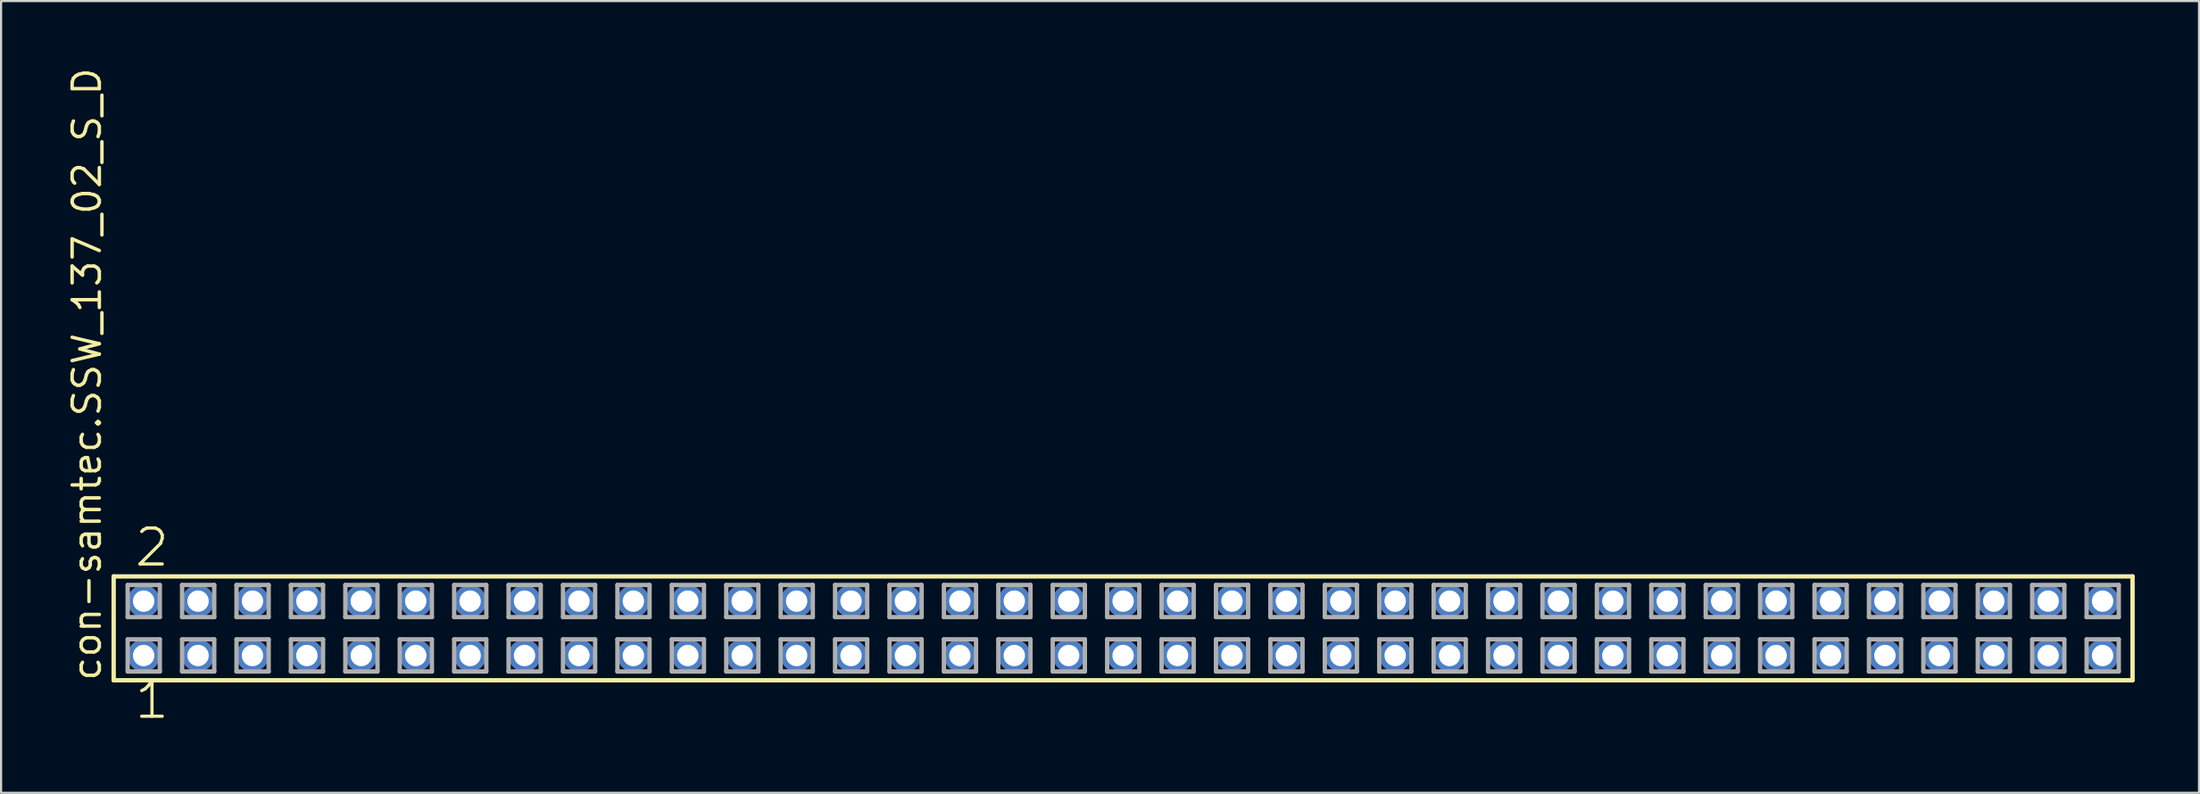
<source format=kicad_pcb>
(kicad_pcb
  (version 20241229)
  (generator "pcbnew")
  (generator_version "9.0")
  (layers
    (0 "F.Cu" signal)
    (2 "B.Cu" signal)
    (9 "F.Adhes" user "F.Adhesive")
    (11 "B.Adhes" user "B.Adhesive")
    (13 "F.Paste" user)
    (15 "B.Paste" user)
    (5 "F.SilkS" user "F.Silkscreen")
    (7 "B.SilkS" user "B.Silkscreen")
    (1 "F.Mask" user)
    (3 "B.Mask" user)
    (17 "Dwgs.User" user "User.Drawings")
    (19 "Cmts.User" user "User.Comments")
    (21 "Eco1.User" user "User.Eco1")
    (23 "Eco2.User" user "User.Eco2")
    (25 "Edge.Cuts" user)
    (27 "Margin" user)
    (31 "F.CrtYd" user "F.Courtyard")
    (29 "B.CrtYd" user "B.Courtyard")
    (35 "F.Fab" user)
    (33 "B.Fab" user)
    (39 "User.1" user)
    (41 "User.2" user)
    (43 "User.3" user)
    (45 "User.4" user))
  (footprint "con-samtec.SSW_137_02_S_D"
    (layer "F.Cu")
    (at 49.375 26.291)
    (property "Reference" "con-samtec.SSW_137_02_S_D" (at -47.625 2.54 90) (layer "F.SilkS") (effects (font (size 1.27 1.27) (thickness 0.16)) (justify left bottom)))
    (attr through_hole)
    (fp_line (start -47.119 -2.425) (end 47.119 -2.425) (stroke (width 0.203) (type default)) (layer "F.SilkS"))
    (fp_line (start -47.119 2.425) (end -47.119 -2.425) (stroke (width 0.203) (type default)) (layer "F.SilkS"))
    (fp_line (start 47.119 -2.425) (end 47.119 2.425) (stroke (width 0.203) (type default)) (layer "F.SilkS"))
    (fp_line (start 47.119 2.425) (end -47.119 2.425) (stroke (width 0.203) (type default)) (layer "F.SilkS"))
    (fp_line (start -46.465 -2.025) (end -44.965 -2.025) (stroke (width 0.203) (type default)) (layer "F.Fab"))
    (fp_line (start -46.465 -0.525) (end -46.465 -2.025) (stroke (width 0.203) (type default)) (layer "F.Fab"))
    (fp_line (start -46.465 0.515) (end -44.965 0.515) (stroke (width 0.203) (type default)) (layer "F.Fab"))
    (fp_line (start -46.465 2.015) (end -46.465 0.515) (stroke (width 0.203) (type default)) (layer "F.Fab"))
    (fp_line (start -44.965 -2.025) (end -44.965 -0.525) (stroke (width 0.203) (type default)) (layer "F.Fab"))
    (fp_line (start -44.965 -0.525) (end -46.465 -0.525) (stroke (width 0.203) (type default)) (layer "F.Fab"))
    (fp_line (start -44.965 0.515) (end -44.965 2.015) (stroke (width 0.203) (type default)) (layer "F.Fab"))
    (fp_line (start -44.965 2.015) (end -46.465 2.015) (stroke (width 0.203) (type default)) (layer "F.Fab"))
    (fp_line (start -43.925 -2.025) (end -42.425 -2.025) (stroke (width 0.203) (type default)) (layer "F.Fab"))
    (fp_line (start -43.925 -0.525) (end -43.925 -2.025) (stroke (width 0.203) (type default)) (layer "F.Fab"))
    (fp_line (start -43.925 0.515) (end -42.425 0.515) (stroke (width 0.203) (type default)) (layer "F.Fab"))
    (fp_line (start -43.925 2.015) (end -43.925 0.515) (stroke (width 0.203) (type default)) (layer "F.Fab"))
    (fp_line (start -42.425 -2.025) (end -42.425 -0.525) (stroke (width 0.203) (type default)) (layer "F.Fab"))
    (fp_line (start -42.425 -0.525) (end -43.925 -0.525) (stroke (width 0.203) (type default)) (layer "F.Fab"))
    (fp_line (start -42.425 0.515) (end -42.425 2.015) (stroke (width 0.203) (type default)) (layer "F.Fab"))
    (fp_line (start -42.425 2.015) (end -43.925 2.015) (stroke (width 0.203) (type default)) (layer "F.Fab"))
    (fp_line (start -41.385 -2.025) (end -39.885 -2.025) (stroke (width 0.203) (type default)) (layer "F.Fab"))
    (fp_line (start -41.385 -0.525) (end -41.385 -2.025) (stroke (width 0.203) (type default)) (layer "F.Fab"))
    (fp_line (start -41.385 0.515) (end -39.885 0.515) (stroke (width 0.203) (type default)) (layer "F.Fab"))
    (fp_line (start -41.385 2.015) (end -41.385 0.515) (stroke (width 0.203) (type default)) (layer "F.Fab"))
    (fp_line (start -39.885 -2.025) (end -39.885 -0.525) (stroke (width 0.203) (type default)) (layer "F.Fab"))
    (fp_line (start -39.885 -0.525) (end -41.385 -0.525) (stroke (width 0.203) (type default)) (layer "F.Fab"))
    (fp_line (start -39.885 0.515) (end -39.885 2.015) (stroke (width 0.203) (type default)) (layer "F.Fab"))
    (fp_line (start -39.885 2.015) (end -41.385 2.015) (stroke (width 0.203) (type default)) (layer "F.Fab"))
    (fp_line (start -38.845 -2.025) (end -37.345 -2.025) (stroke (width 0.203) (type default)) (layer "F.Fab"))
    (fp_line (start -38.845 -0.525) (end -38.845 -2.025) (stroke (width 0.203) (type default)) (layer "F.Fab"))
    (fp_line (start -38.845 0.515) (end -37.345 0.515) (stroke (width 0.203) (type default)) (layer "F.Fab"))
    (fp_line (start -38.845 2.015) (end -38.845 0.515) (stroke (width 0.203) (type default)) (layer "F.Fab"))
    (fp_line (start -37.345 -2.025) (end -37.345 -0.525) (stroke (width 0.203) (type default)) (layer "F.Fab"))
    (fp_line (start -37.345 -0.525) (end -38.845 -0.525) (stroke (width 0.203) (type default)) (layer "F.Fab"))
    (fp_line (start -37.345 0.515) (end -37.345 2.015) (stroke (width 0.203) (type default)) (layer "F.Fab"))
    (fp_line (start -37.345 2.015) (end -38.845 2.015) (stroke (width 0.203) (type default)) (layer "F.Fab"))
    (fp_line (start -36.305 -2.025) (end -34.805 -2.025) (stroke (width 0.203) (type default)) (layer "F.Fab"))
    (fp_line (start -36.305 -0.525) (end -36.305 -2.025) (stroke (width 0.203) (type default)) (layer "F.Fab"))
    (fp_line (start -36.305 0.515) (end -34.805 0.515) (stroke (width 0.203) (type default)) (layer "F.Fab"))
    (fp_line (start -36.305 2.015) (end -36.305 0.515) (stroke (width 0.203) (type default)) (layer "F.Fab"))
    (fp_line (start -34.805 -2.025) (end -34.805 -0.525) (stroke (width 0.203) (type default)) (layer "F.Fab"))
    (fp_line (start -34.805 -0.525) (end -36.305 -0.525) (stroke (width 0.203) (type default)) (layer "F.Fab"))
    (fp_line (start -34.805 0.515) (end -34.805 2.015) (stroke (width 0.203) (type default)) (layer "F.Fab"))
    (fp_line (start -34.805 2.015) (end -36.305 2.015) (stroke (width 0.203) (type default)) (layer "F.Fab"))
    (fp_line (start -33.765 -2.025) (end -32.265 -2.025) (stroke (width 0.203) (type default)) (layer "F.Fab"))
    (fp_line (start -33.765 -0.525) (end -33.765 -2.025) (stroke (width 0.203) (type default)) (layer "F.Fab"))
    (fp_line (start -33.765 0.515) (end -32.265 0.515) (stroke (width 0.203) (type default)) (layer "F.Fab"))
    (fp_line (start -33.765 2.015) (end -33.765 0.515) (stroke (width 0.203) (type default)) (layer "F.Fab"))
    (fp_line (start -32.265 -2.025) (end -32.265 -0.525) (stroke (width 0.203) (type default)) (layer "F.Fab"))
    (fp_line (start -32.265 -0.525) (end -33.765 -0.525) (stroke (width 0.203) (type default)) (layer "F.Fab"))
    (fp_line (start -32.265 0.515) (end -32.265 2.015) (stroke (width 0.203) (type default)) (layer "F.Fab"))
    (fp_line (start -32.265 2.015) (end -33.765 2.015) (stroke (width 0.203) (type default)) (layer "F.Fab"))
    (fp_line (start -31.225 -2.025) (end -29.725 -2.025) (stroke (width 0.203) (type default)) (layer "F.Fab"))
    (fp_line (start -31.225 -0.525) (end -31.225 -2.025) (stroke (width 0.203) (type default)) (layer "F.Fab"))
    (fp_line (start -31.225 0.515) (end -29.725 0.515) (stroke (width 0.203) (type default)) (layer "F.Fab"))
    (fp_line (start -31.225 2.015) (end -31.225 0.515) (stroke (width 0.203) (type default)) (layer "F.Fab"))
    (fp_line (start -29.725 -2.025) (end -29.725 -0.525) (stroke (width 0.203) (type default)) (layer "F.Fab"))
    (fp_line (start -29.725 -0.525) (end -31.225 -0.525) (stroke (width 0.203) (type default)) (layer "F.Fab"))
    (fp_line (start -29.725 0.515) (end -29.725 2.015) (stroke (width 0.203) (type default)) (layer "F.Fab"))
    (fp_line (start -29.725 2.015) (end -31.225 2.015) (stroke (width 0.203) (type default)) (layer "F.Fab"))
    (fp_line (start -28.685 -2.025) (end -27.185 -2.025) (stroke (width 0.203) (type default)) (layer "F.Fab"))
    (fp_line (start -28.685 -0.525) (end -28.685 -2.025) (stroke (width 0.203) (type default)) (layer "F.Fab"))
    (fp_line (start -28.685 0.515) (end -27.185 0.515) (stroke (width 0.203) (type default)) (layer "F.Fab"))
    (fp_line (start -28.685 2.015) (end -28.685 0.515) (stroke (width 0.203) (type default)) (layer "F.Fab"))
    (fp_line (start -27.185 -2.025) (end -27.185 -0.525) (stroke (width 0.203) (type default)) (layer "F.Fab"))
    (fp_line (start -27.185 -0.525) (end -28.685 -0.525) (stroke (width 0.203) (type default)) (layer "F.Fab"))
    (fp_line (start -27.185 0.515) (end -27.185 2.015) (stroke (width 0.203) (type default)) (layer "F.Fab"))
    (fp_line (start -27.185 2.015) (end -28.685 2.015) (stroke (width 0.203) (type default)) (layer "F.Fab"))
    (fp_line (start -26.145 -2.025) (end -24.645 -2.025) (stroke (width 0.203) (type default)) (layer "F.Fab"))
    (fp_line (start -26.145 -0.525) (end -26.145 -2.025) (stroke (width 0.203) (type default)) (layer "F.Fab"))
    (fp_line (start -26.145 0.515) (end -24.645 0.515) (stroke (width 0.203) (type default)) (layer "F.Fab"))
    (fp_line (start -26.145 2.015) (end -26.145 0.515) (stroke (width 0.203) (type default)) (layer "F.Fab"))
    (fp_line (start -24.645 -2.025) (end -24.645 -0.525) (stroke (width 0.203) (type default)) (layer "F.Fab"))
    (fp_line (start -24.645 -0.525) (end -26.145 -0.525) (stroke (width 0.203) (type default)) (layer "F.Fab"))
    (fp_line (start -24.645 0.515) (end -24.645 2.015) (stroke (width 0.203) (type default)) (layer "F.Fab"))
    (fp_line (start -24.645 2.015) (end -26.145 2.015) (stroke (width 0.203) (type default)) (layer "F.Fab"))
    (fp_line (start -23.605 -2.025) (end -22.105 -2.025) (stroke (width 0.203) (type default)) (layer "F.Fab"))
    (fp_line (start -23.605 -0.525) (end -23.605 -2.025) (stroke (width 0.203) (type default)) (layer "F.Fab"))
    (fp_line (start -23.605 0.515) (end -22.105 0.515) (stroke (width 0.203) (type default)) (layer "F.Fab"))
    (fp_line (start -23.605 2.015) (end -23.605 0.515) (stroke (width 0.203) (type default)) (layer "F.Fab"))
    (fp_line (start -22.105 -2.025) (end -22.105 -0.525) (stroke (width 0.203) (type default)) (layer "F.Fab"))
    (fp_line (start -22.105 -0.525) (end -23.605 -0.525) (stroke (width 0.203) (type default)) (layer "F.Fab"))
    (fp_line (start -22.105 0.515) (end -22.105 2.015) (stroke (width 0.203) (type default)) (layer "F.Fab"))
    (fp_line (start -22.105 2.015) (end -23.605 2.015) (stroke (width 0.203) (type default)) (layer "F.Fab"))
    (fp_line (start -21.065 -2.025) (end -19.565 -2.025) (stroke (width 0.203) (type default)) (layer "F.Fab"))
    (fp_line (start -21.065 -0.525) (end -21.065 -2.025) (stroke (width 0.203) (type default)) (layer "F.Fab"))
    (fp_line (start -21.065 0.515) (end -19.565 0.515) (stroke (width 0.203) (type default)) (layer "F.Fab"))
    (fp_line (start -21.065 2.015) (end -21.065 0.515) (stroke (width 0.203) (type default)) (layer "F.Fab"))
    (fp_line (start -19.565 -2.025) (end -19.565 -0.525) (stroke (width 0.203) (type default)) (layer "F.Fab"))
    (fp_line (start -19.565 -0.525) (end -21.065 -0.525) (stroke (width 0.203) (type default)) (layer "F.Fab"))
    (fp_line (start -19.565 0.515) (end -19.565 2.015) (stroke (width 0.203) (type default)) (layer "F.Fab"))
    (fp_line (start -19.565 2.015) (end -21.065 2.015) (stroke (width 0.203) (type default)) (layer "F.Fab"))
    (fp_line (start -18.525 -2.025) (end -17.025 -2.025) (stroke (width 0.203) (type default)) (layer "F.Fab"))
    (fp_line (start -18.525 -0.525) (end -18.525 -2.025) (stroke (width 0.203) (type default)) (layer "F.Fab"))
    (fp_line (start -18.525 0.515) (end -17.025 0.515) (stroke (width 0.203) (type default)) (layer "F.Fab"))
    (fp_line (start -18.525 2.015) (end -18.525 0.515) (stroke (width 0.203) (type default)) (layer "F.Fab"))
    (fp_line (start -17.025 -2.025) (end -17.025 -0.525) (stroke (width 0.203) (type default)) (layer "F.Fab"))
    (fp_line (start -17.025 -0.525) (end -18.525 -0.525) (stroke (width 0.203) (type default)) (layer "F.Fab"))
    (fp_line (start -17.025 0.515) (end -17.025 2.015) (stroke (width 0.203) (type default)) (layer "F.Fab"))
    (fp_line (start -17.025 2.015) (end -18.525 2.015) (stroke (width 0.203) (type default)) (layer "F.Fab"))
    (fp_line (start -15.985 -2.025) (end -14.485 -2.025) (stroke (width 0.203) (type default)) (layer "F.Fab"))
    (fp_line (start -15.985 -0.525) (end -15.985 -2.025) (stroke (width 0.203) (type default)) (layer "F.Fab"))
    (fp_line (start -15.985 0.515) (end -14.485 0.515) (stroke (width 0.203) (type default)) (layer "F.Fab"))
    (fp_line (start -15.985 2.015) (end -15.985 0.515) (stroke (width 0.203) (type default)) (layer "F.Fab"))
    (fp_line (start -14.485 -2.025) (end -14.485 -0.525) (stroke (width 0.203) (type default)) (layer "F.Fab"))
    (fp_line (start -14.485 -0.525) (end -15.985 -0.525) (stroke (width 0.203) (type default)) (layer "F.Fab"))
    (fp_line (start -14.485 0.515) (end -14.485 2.015) (stroke (width 0.203) (type default)) (layer "F.Fab"))
    (fp_line (start -14.485 2.015) (end -15.985 2.015) (stroke (width 0.203) (type default)) (layer "F.Fab"))
    (fp_line (start -13.445 -2.025) (end -11.945 -2.025) (stroke (width 0.203) (type default)) (layer "F.Fab"))
    (fp_line (start -13.445 -0.525) (end -13.445 -2.025) (stroke (width 0.203) (type default)) (layer "F.Fab"))
    (fp_line (start -13.445 0.515) (end -11.945 0.515) (stroke (width 0.203) (type default)) (layer "F.Fab"))
    (fp_line (start -13.445 2.015) (end -13.445 0.515) (stroke (width 0.203) (type default)) (layer "F.Fab"))
    (fp_line (start -11.945 -2.025) (end -11.945 -0.525) (stroke (width 0.203) (type default)) (layer "F.Fab"))
    (fp_line (start -11.945 -0.525) (end -13.445 -0.525) (stroke (width 0.203) (type default)) (layer "F.Fab"))
    (fp_line (start -11.945 0.515) (end -11.945 2.015) (stroke (width 0.203) (type default)) (layer "F.Fab"))
    (fp_line (start -11.945 2.015) (end -13.445 2.015) (stroke (width 0.203) (type default)) (layer "F.Fab"))
    (fp_line (start -10.905 -2.025) (end -9.405 -2.025) (stroke (width 0.203) (type default)) (layer "F.Fab"))
    (fp_line (start -10.905 -0.525) (end -10.905 -2.025) (stroke (width 0.203) (type default)) (layer "F.Fab"))
    (fp_line (start -10.905 0.515) (end -9.405 0.515) (stroke (width 0.203) (type default)) (layer "F.Fab"))
    (fp_line (start -10.905 2.015) (end -10.905 0.515) (stroke (width 0.203) (type default)) (layer "F.Fab"))
    (fp_line (start -9.405 -2.025) (end -9.405 -0.525) (stroke (width 0.203) (type default)) (layer "F.Fab"))
    (fp_line (start -9.405 -0.525) (end -10.905 -0.525) (stroke (width 0.203) (type default)) (layer "F.Fab"))
    (fp_line (start -9.405 0.515) (end -9.405 2.015) (stroke (width 0.203) (type default)) (layer "F.Fab"))
    (fp_line (start -9.405 2.015) (end -10.905 2.015) (stroke (width 0.203) (type default)) (layer "F.Fab"))
    (fp_line (start -8.365 -2.025) (end -6.865 -2.025) (stroke (width 0.203) (type default)) (layer "F.Fab"))
    (fp_line (start -8.365 -0.525) (end -8.365 -2.025) (stroke (width 0.203) (type default)) (layer "F.Fab"))
    (fp_line (start -8.365 0.515) (end -6.865 0.515) (stroke (width 0.203) (type default)) (layer "F.Fab"))
    (fp_line (start -8.365 2.015) (end -8.365 0.515) (stroke (width 0.203) (type default)) (layer "F.Fab"))
    (fp_line (start -6.865 -2.025) (end -6.865 -0.525) (stroke (width 0.203) (type default)) (layer "F.Fab"))
    (fp_line (start -6.865 -0.525) (end -8.365 -0.525) (stroke (width 0.203) (type default)) (layer "F.Fab"))
    (fp_line (start -6.865 0.515) (end -6.865 2.015) (stroke (width 0.203) (type default)) (layer "F.Fab"))
    (fp_line (start -6.865 2.015) (end -8.365 2.015) (stroke (width 0.203) (type default)) (layer "F.Fab"))
    (fp_line (start -5.825 -2.025) (end -4.325 -2.025) (stroke (width 0.203) (type default)) (layer "F.Fab"))
    (fp_line (start -5.825 -0.525) (end -5.825 -2.025) (stroke (width 0.203) (type default)) (layer "F.Fab"))
    (fp_line (start -5.825 0.515) (end -4.325 0.515) (stroke (width 0.203) (type default)) (layer "F.Fab"))
    (fp_line (start -5.825 2.015) (end -5.825 0.515) (stroke (width 0.203) (type default)) (layer "F.Fab"))
    (fp_line (start -4.325 -2.025) (end -4.325 -0.525) (stroke (width 0.203) (type default)) (layer "F.Fab"))
    (fp_line (start -4.325 -0.525) (end -5.825 -0.525) (stroke (width 0.203) (type default)) (layer "F.Fab"))
    (fp_line (start -4.325 0.515) (end -4.325 2.015) (stroke (width 0.203) (type default)) (layer "F.Fab"))
    (fp_line (start -4.325 2.015) (end -5.825 2.015) (stroke (width 0.203) (type default)) (layer "F.Fab"))
    (fp_line (start -3.285 -2.025) (end -1.785 -2.025) (stroke (width 0.203) (type default)) (layer "F.Fab"))
    (fp_line (start -3.285 -0.525) (end -3.285 -2.025) (stroke (width 0.203) (type default)) (layer "F.Fab"))
    (fp_line (start -3.285 0.515) (end -1.785 0.515) (stroke (width 0.203) (type default)) (layer "F.Fab"))
    (fp_line (start -3.285 2.015) (end -3.285 0.515) (stroke (width 0.203) (type default)) (layer "F.Fab"))
    (fp_line (start -1.785 -2.025) (end -1.785 -0.525) (stroke (width 0.203) (type default)) (layer "F.Fab"))
    (fp_line (start -1.785 -0.525) (end -3.285 -0.525) (stroke (width 0.203) (type default)) (layer "F.Fab"))
    (fp_line (start -1.785 0.515) (end -1.785 2.015) (stroke (width 0.203) (type default)) (layer "F.Fab"))
    (fp_line (start -1.785 2.015) (end -3.285 2.015) (stroke (width 0.203) (type default)) (layer "F.Fab"))
    (fp_line (start -0.745 -2.025) (end 0.755 -2.025) (stroke (width 0.203) (type default)) (layer "F.Fab"))
    (fp_line (start -0.745 -0.525) (end -0.745 -2.025) (stroke (width 0.203) (type default)) (layer "F.Fab"))
    (fp_line (start -0.745 0.515) (end 0.755 0.515) (stroke (width 0.203) (type default)) (layer "F.Fab"))
    (fp_line (start -0.745 2.015) (end -0.745 0.515) (stroke (width 0.203) (type default)) (layer "F.Fab"))
    (fp_line (start 0.755 -2.025) (end 0.755 -0.525) (stroke (width 0.203) (type default)) (layer "F.Fab"))
    (fp_line (start 0.755 -0.525) (end -0.745 -0.525) (stroke (width 0.203) (type default)) (layer "F.Fab"))
    (fp_line (start 0.755 0.515) (end 0.755 2.015) (stroke (width 0.203) (type default)) (layer "F.Fab"))
    (fp_line (start 0.755 2.015) (end -0.745 2.015) (stroke (width 0.203) (type default)) (layer "F.Fab"))
    (fp_line (start 1.795 -2.025) (end 3.295 -2.025) (stroke (width 0.203) (type default)) (layer "F.Fab"))
    (fp_line (start 1.795 -0.525) (end 1.795 -2.025) (stroke (width 0.203) (type default)) (layer "F.Fab"))
    (fp_line (start 1.795 0.515) (end 3.295 0.515) (stroke (width 0.203) (type default)) (layer "F.Fab"))
    (fp_line (start 1.795 2.015) (end 1.795 0.515) (stroke (width 0.203) (type default)) (layer "F.Fab"))
    (fp_line (start 3.295 -2.025) (end 3.295 -0.525) (stroke (width 0.203) (type default)) (layer "F.Fab"))
    (fp_line (start 3.295 -0.525) (end 1.795 -0.525) (stroke (width 0.203) (type default)) (layer "F.Fab"))
    (fp_line (start 3.295 0.515) (end 3.295 2.015) (stroke (width 0.203) (type default)) (layer "F.Fab"))
    (fp_line (start 3.295 2.015) (end 1.795 2.015) (stroke (width 0.203) (type default)) (layer "F.Fab"))
    (fp_line (start 4.335 -2.025) (end 5.835 -2.025) (stroke (width 0.203) (type default)) (layer "F.Fab"))
    (fp_line (start 4.335 -0.525) (end 4.335 -2.025) (stroke (width 0.203) (type default)) (layer "F.Fab"))
    (fp_line (start 4.335 0.515) (end 5.835 0.515) (stroke (width 0.203) (type default)) (layer "F.Fab"))
    (fp_line (start 4.335 2.015) (end 4.335 0.515) (stroke (width 0.203) (type default)) (layer "F.Fab"))
    (fp_line (start 5.835 -2.025) (end 5.835 -0.525) (stroke (width 0.203) (type default)) (layer "F.Fab"))
    (fp_line (start 5.835 -0.525) (end 4.335 -0.525) (stroke (width 0.203) (type default)) (layer "F.Fab"))
    (fp_line (start 5.835 0.515) (end 5.835 2.015) (stroke (width 0.203) (type default)) (layer "F.Fab"))
    (fp_line (start 5.835 2.015) (end 4.335 2.015) (stroke (width 0.203) (type default)) (layer "F.Fab"))
    (fp_line (start 6.875 -2.025) (end 8.375 -2.025) (stroke (width 0.203) (type default)) (layer "F.Fab"))
    (fp_line (start 6.875 -0.525) (end 6.875 -2.025) (stroke (width 0.203) (type default)) (layer "F.Fab"))
    (fp_line (start 6.875 0.515) (end 8.375 0.515) (stroke (width 0.203) (type default)) (layer "F.Fab"))
    (fp_line (start 6.875 2.015) (end 6.875 0.515) (stroke (width 0.203) (type default)) (layer "F.Fab"))
    (fp_line (start 8.375 -2.025) (end 8.375 -0.525) (stroke (width 0.203) (type default)) (layer "F.Fab"))
    (fp_line (start 8.375 -0.525) (end 6.875 -0.525) (stroke (width 0.203) (type default)) (layer "F.Fab"))
    (fp_line (start 8.375 0.515) (end 8.375 2.015) (stroke (width 0.203) (type default)) (layer "F.Fab"))
    (fp_line (start 8.375 2.015) (end 6.875 2.015) (stroke (width 0.203) (type default)) (layer "F.Fab"))
    (fp_line (start 9.415 -2.025) (end 10.915 -2.025) (stroke (width 0.203) (type default)) (layer "F.Fab"))
    (fp_line (start 9.415 -0.525) (end 9.415 -2.025) (stroke (width 0.203) (type default)) (layer "F.Fab"))
    (fp_line (start 9.415 0.515) (end 10.915 0.515) (stroke (width 0.203) (type default)) (layer "F.Fab"))
    (fp_line (start 9.415 2.015) (end 9.415 0.515) (stroke (width 0.203) (type default)) (layer "F.Fab"))
    (fp_line (start 10.915 -2.025) (end 10.915 -0.525) (stroke (width 0.203) (type default)) (layer "F.Fab"))
    (fp_line (start 10.915 -0.525) (end 9.415 -0.525) (stroke (width 0.203) (type default)) (layer "F.Fab"))
    (fp_line (start 10.915 0.515) (end 10.915 2.015) (stroke (width 0.203) (type default)) (layer "F.Fab"))
    (fp_line (start 10.915 2.015) (end 9.415 2.015) (stroke (width 0.203) (type default)) (layer "F.Fab"))
    (fp_line (start 11.955 -2.025) (end 13.455 -2.025) (stroke (width 0.203) (type default)) (layer "F.Fab"))
    (fp_line (start 11.955 -0.525) (end 11.955 -2.025) (stroke (width 0.203) (type default)) (layer "F.Fab"))
    (fp_line (start 11.955 0.515) (end 13.455 0.515) (stroke (width 0.203) (type default)) (layer "F.Fab"))
    (fp_line (start 11.955 2.015) (end 11.955 0.515) (stroke (width 0.203) (type default)) (layer "F.Fab"))
    (fp_line (start 13.455 -2.025) (end 13.455 -0.525) (stroke (width 0.203) (type default)) (layer "F.Fab"))
    (fp_line (start 13.455 -0.525) (end 11.955 -0.525) (stroke (width 0.203) (type default)) (layer "F.Fab"))
    (fp_line (start 13.455 0.515) (end 13.455 2.015) (stroke (width 0.203) (type default)) (layer "F.Fab"))
    (fp_line (start 13.455 2.015) (end 11.955 2.015) (stroke (width 0.203) (type default)) (layer "F.Fab"))
    (fp_line (start 14.495 -2.025) (end 15.995 -2.025) (stroke (width 0.203) (type default)) (layer "F.Fab"))
    (fp_line (start 14.495 -0.525) (end 14.495 -2.025) (stroke (width 0.203) (type default)) (layer "F.Fab"))
    (fp_line (start 14.495 0.515) (end 15.995 0.515) (stroke (width 0.203) (type default)) (layer "F.Fab"))
    (fp_line (start 14.495 2.015) (end 14.495 0.515) (stroke (width 0.203) (type default)) (layer "F.Fab"))
    (fp_line (start 15.995 -2.025) (end 15.995 -0.525) (stroke (width 0.203) (type default)) (layer "F.Fab"))
    (fp_line (start 15.995 -0.525) (end 14.495 -0.525) (stroke (width 0.203) (type default)) (layer "F.Fab"))
    (fp_line (start 15.995 0.515) (end 15.995 2.015) (stroke (width 0.203) (type default)) (layer "F.Fab"))
    (fp_line (start 15.995 2.015) (end 14.495 2.015) (stroke (width 0.203) (type default)) (layer "F.Fab"))
    (fp_line (start 17.035 -2.025) (end 18.535 -2.025) (stroke (width 0.203) (type default)) (layer "F.Fab"))
    (fp_line (start 17.035 -0.525) (end 17.035 -2.025) (stroke (width 0.203) (type default)) (layer "F.Fab"))
    (fp_line (start 17.035 0.515) (end 18.535 0.515) (stroke (width 0.203) (type default)) (layer "F.Fab"))
    (fp_line (start 17.035 2.015) (end 17.035 0.515) (stroke (width 0.203) (type default)) (layer "F.Fab"))
    (fp_line (start 18.535 -2.025) (end 18.535 -0.525) (stroke (width 0.203) (type default)) (layer "F.Fab"))
    (fp_line (start 18.535 -0.525) (end 17.035 -0.525) (stroke (width 0.203) (type default)) (layer "F.Fab"))
    (fp_line (start 18.535 0.515) (end 18.535 2.015) (stroke (width 0.203) (type default)) (layer "F.Fab"))
    (fp_line (start 18.535 2.015) (end 17.035 2.015) (stroke (width 0.203) (type default)) (layer "F.Fab"))
    (fp_line (start 19.575 -2.025) (end 21.075 -2.025) (stroke (width 0.203) (type default)) (layer "F.Fab"))
    (fp_line (start 19.575 -0.525) (end 19.575 -2.025) (stroke (width 0.203) (type default)) (layer "F.Fab"))
    (fp_line (start 19.575 0.515) (end 21.075 0.515) (stroke (width 0.203) (type default)) (layer "F.Fab"))
    (fp_line (start 19.575 2.015) (end 19.575 0.515) (stroke (width 0.203) (type default)) (layer "F.Fab"))
    (fp_line (start 21.075 -2.025) (end 21.075 -0.525) (stroke (width 0.203) (type default)) (layer "F.Fab"))
    (fp_line (start 21.075 -0.525) (end 19.575 -0.525) (stroke (width 0.203) (type default)) (layer "F.Fab"))
    (fp_line (start 21.075 0.515) (end 21.075 2.015) (stroke (width 0.203) (type default)) (layer "F.Fab"))
    (fp_line (start 21.075 2.015) (end 19.575 2.015) (stroke (width 0.203) (type default)) (layer "F.Fab"))
    (fp_line (start 22.115 -2.025) (end 23.615 -2.025) (stroke (width 0.203) (type default)) (layer "F.Fab"))
    (fp_line (start 22.115 -0.525) (end 22.115 -2.025) (stroke (width 0.203) (type default)) (layer "F.Fab"))
    (fp_line (start 22.115 0.515) (end 23.615 0.515) (stroke (width 0.203) (type default)) (layer "F.Fab"))
    (fp_line (start 22.115 2.015) (end 22.115 0.515) (stroke (width 0.203) (type default)) (layer "F.Fab"))
    (fp_line (start 23.615 -2.025) (end 23.615 -0.525) (stroke (width 0.203) (type default)) (layer "F.Fab"))
    (fp_line (start 23.615 -0.525) (end 22.115 -0.525) (stroke (width 0.203) (type default)) (layer "F.Fab"))
    (fp_line (start 23.615 0.515) (end 23.615 2.015) (stroke (width 0.203) (type default)) (layer "F.Fab"))
    (fp_line (start 23.615 2.015) (end 22.115 2.015) (stroke (width 0.203) (type default)) (layer "F.Fab"))
    (fp_line (start 24.655 -2.025) (end 26.155 -2.025) (stroke (width 0.203) (type default)) (layer "F.Fab"))
    (fp_line (start 24.655 -0.525) (end 24.655 -2.025) (stroke (width 0.203) (type default)) (layer "F.Fab"))
    (fp_line (start 24.655 0.515) (end 26.155 0.515) (stroke (width 0.203) (type default)) (layer "F.Fab"))
    (fp_line (start 24.655 2.015) (end 24.655 0.515) (stroke (width 0.203) (type default)) (layer "F.Fab"))
    (fp_line (start 26.155 -2.025) (end 26.155 -0.525) (stroke (width 0.203) (type default)) (layer "F.Fab"))
    (fp_line (start 26.155 -0.525) (end 24.655 -0.525) (stroke (width 0.203) (type default)) (layer "F.Fab"))
    (fp_line (start 26.155 0.515) (end 26.155 2.015) (stroke (width 0.203) (type default)) (layer "F.Fab"))
    (fp_line (start 26.155 2.015) (end 24.655 2.015) (stroke (width 0.203) (type default)) (layer "F.Fab"))
    (fp_line (start 27.195 -2.025) (end 28.695 -2.025) (stroke (width 0.203) (type default)) (layer "F.Fab"))
    (fp_line (start 27.195 -0.525) (end 27.195 -2.025) (stroke (width 0.203) (type default)) (layer "F.Fab"))
    (fp_line (start 27.195 0.515) (end 28.695 0.515) (stroke (width 0.203) (type default)) (layer "F.Fab"))
    (fp_line (start 27.195 2.015) (end 27.195 0.515) (stroke (width 0.203) (type default)) (layer "F.Fab"))
    (fp_line (start 28.695 -2.025) (end 28.695 -0.525) (stroke (width 0.203) (type default)) (layer "F.Fab"))
    (fp_line (start 28.695 -0.525) (end 27.195 -0.525) (stroke (width 0.203) (type default)) (layer "F.Fab"))
    (fp_line (start 28.695 0.515) (end 28.695 2.015) (stroke (width 0.203) (type default)) (layer "F.Fab"))
    (fp_line (start 28.695 2.015) (end 27.195 2.015) (stroke (width 0.203) (type default)) (layer "F.Fab"))
    (fp_line (start 29.735 -2.025) (end 31.235 -2.025) (stroke (width 0.203) (type default)) (layer "F.Fab"))
    (fp_line (start 29.735 -0.525) (end 29.735 -2.025) (stroke (width 0.203) (type default)) (layer "F.Fab"))
    (fp_line (start 29.735 0.515) (end 31.235 0.515) (stroke (width 0.203) (type default)) (layer "F.Fab"))
    (fp_line (start 29.735 2.015) (end 29.735 0.515) (stroke (width 0.203) (type default)) (layer "F.Fab"))
    (fp_line (start 31.235 -2.025) (end 31.235 -0.525) (stroke (width 0.203) (type default)) (layer "F.Fab"))
    (fp_line (start 31.235 -0.525) (end 29.735 -0.525) (stroke (width 0.203) (type default)) (layer "F.Fab"))
    (fp_line (start 31.235 0.515) (end 31.235 2.015) (stroke (width 0.203) (type default)) (layer "F.Fab"))
    (fp_line (start 31.235 2.015) (end 29.735 2.015) (stroke (width 0.203) (type default)) (layer "F.Fab"))
    (fp_line (start 32.275 -2.025) (end 33.775 -2.025) (stroke (width 0.203) (type default)) (layer "F.Fab"))
    (fp_line (start 32.275 -0.525) (end 32.275 -2.025) (stroke (width 0.203) (type default)) (layer "F.Fab"))
    (fp_line (start 32.275 0.515) (end 33.775 0.515) (stroke (width 0.203) (type default)) (layer "F.Fab"))
    (fp_line (start 32.275 2.015) (end 32.275 0.515) (stroke (width 0.203) (type default)) (layer "F.Fab"))
    (fp_line (start 33.775 -2.025) (end 33.775 -0.525) (stroke (width 0.203) (type default)) (layer "F.Fab"))
    (fp_line (start 33.775 -0.525) (end 32.275 -0.525) (stroke (width 0.203) (type default)) (layer "F.Fab"))
    (fp_line (start 33.775 0.515) (end 33.775 2.015) (stroke (width 0.203) (type default)) (layer "F.Fab"))
    (fp_line (start 33.775 2.015) (end 32.275 2.015) (stroke (width 0.203) (type default)) (layer "F.Fab"))
    (fp_line (start 34.815 -2.025) (end 36.315 -2.025) (stroke (width 0.203) (type default)) (layer "F.Fab"))
    (fp_line (start 34.815 -0.525) (end 34.815 -2.025) (stroke (width 0.203) (type default)) (layer "F.Fab"))
    (fp_line (start 34.815 0.515) (end 36.315 0.515) (stroke (width 0.203) (type default)) (layer "F.Fab"))
    (fp_line (start 34.815 2.015) (end 34.815 0.515) (stroke (width 0.203) (type default)) (layer "F.Fab"))
    (fp_line (start 36.315 -2.025) (end 36.315 -0.525) (stroke (width 0.203) (type default)) (layer "F.Fab"))
    (fp_line (start 36.315 -0.525) (end 34.815 -0.525) (stroke (width 0.203) (type default)) (layer "F.Fab"))
    (fp_line (start 36.315 0.515) (end 36.315 2.015) (stroke (width 0.203) (type default)) (layer "F.Fab"))
    (fp_line (start 36.315 2.015) (end 34.815 2.015) (stroke (width 0.203) (type default)) (layer "F.Fab"))
    (fp_line (start 37.355 -2.025) (end 38.855 -2.025) (stroke (width 0.203) (type default)) (layer "F.Fab"))
    (fp_line (start 37.355 -0.525) (end 37.355 -2.025) (stroke (width 0.203) (type default)) (layer "F.Fab"))
    (fp_line (start 37.355 0.515) (end 38.855 0.515) (stroke (width 0.203) (type default)) (layer "F.Fab"))
    (fp_line (start 37.355 2.015) (end 37.355 0.515) (stroke (width 0.203) (type default)) (layer "F.Fab"))
    (fp_line (start 38.855 -2.025) (end 38.855 -0.525) (stroke (width 0.203) (type default)) (layer "F.Fab"))
    (fp_line (start 38.855 -0.525) (end 37.355 -0.525) (stroke (width 0.203) (type default)) (layer "F.Fab"))
    (fp_line (start 38.855 0.515) (end 38.855 2.015) (stroke (width 0.203) (type default)) (layer "F.Fab"))
    (fp_line (start 38.855 2.015) (end 37.355 2.015) (stroke (width 0.203) (type default)) (layer "F.Fab"))
    (fp_line (start 39.895 -2.025) (end 41.395 -2.025) (stroke (width 0.203) (type default)) (layer "F.Fab"))
    (fp_line (start 39.895 -0.525) (end 39.895 -2.025) (stroke (width 0.203) (type default)) (layer "F.Fab"))
    (fp_line (start 39.895 0.515) (end 41.395 0.515) (stroke (width 0.203) (type default)) (layer "F.Fab"))
    (fp_line (start 39.895 2.015) (end 39.895 0.515) (stroke (width 0.203) (type default)) (layer "F.Fab"))
    (fp_line (start 41.395 -2.025) (end 41.395 -0.525) (stroke (width 0.203) (type default)) (layer "F.Fab"))
    (fp_line (start 41.395 -0.525) (end 39.895 -0.525) (stroke (width 0.203) (type default)) (layer "F.Fab"))
    (fp_line (start 41.395 0.515) (end 41.395 2.015) (stroke (width 0.203) (type default)) (layer "F.Fab"))
    (fp_line (start 41.395 2.015) (end 39.895 2.015) (stroke (width 0.203) (type default)) (layer "F.Fab"))
    (fp_line (start 42.435 -2.025) (end 43.935 -2.025) (stroke (width 0.203) (type default)) (layer "F.Fab"))
    (fp_line (start 42.435 -0.525) (end 42.435 -2.025) (stroke (width 0.203) (type default)) (layer "F.Fab"))
    (fp_line (start 42.435 0.515) (end 43.935 0.515) (stroke (width 0.203) (type default)) (layer "F.Fab"))
    (fp_line (start 42.435 2.015) (end 42.435 0.515) (stroke (width 0.203) (type default)) (layer "F.Fab"))
    (fp_line (start 43.935 -2.025) (end 43.935 -0.525) (stroke (width 0.203) (type default)) (layer "F.Fab"))
    (fp_line (start 43.935 -0.525) (end 42.435 -0.525) (stroke (width 0.203) (type default)) (layer "F.Fab"))
    (fp_line (start 43.935 0.515) (end 43.935 2.015) (stroke (width 0.203) (type default)) (layer "F.Fab"))
    (fp_line (start 43.935 2.015) (end 42.435 2.015) (stroke (width 0.203) (type default)) (layer "F.Fab"))
    (fp_line (start 44.975 -2.025) (end 46.475 -2.025) (stroke (width 0.203) (type default)) (layer "F.Fab"))
    (fp_line (start 44.975 -0.525) (end 44.975 -2.025) (stroke (width 0.203) (type default)) (layer "F.Fab"))
    (fp_line (start 44.975 0.515) (end 46.475 0.515) (stroke (width 0.203) (type default)) (layer "F.Fab"))
    (fp_line (start 44.975 2.015) (end 44.975 0.515) (stroke (width 0.203) (type default)) (layer "F.Fab"))
    (fp_line (start 46.475 -2.025) (end 46.475 -0.525) (stroke (width 0.203) (type default)) (layer "F.Fab"))
    (fp_line (start 46.475 -0.525) (end 44.975 -0.525) (stroke (width 0.203) (type default)) (layer "F.Fab"))
    (fp_line (start 46.475 0.515) (end 46.475 2.015) (stroke (width 0.203) (type default)) (layer "F.Fab"))
    (fp_line (start 46.475 2.015) (end 44.975 2.015) (stroke (width 0.203) (type default)) (layer "F.Fab"))
    (fp_text user "1" (at -46.228 4.318 0) (layer "F.SilkS") (effects (font (size 1.676 1.676) (thickness 0.15)) (justify left bottom)))
    (fp_text user "2" (at -46.228 -2.794 0) (layer "F.SilkS") (effects (font (size 1.676 1.676) (thickness 0.15)) (justify left bottom)))
    (pad "1" thru_hole circle (at -45.72 1.27) (size 1.5 1.5) (drill 1) (layers "*.Cu" "*.Mask"))
    (pad "2" thru_hole circle (at -45.72 -1.27) (size 1.5 1.5) (drill 1) (layers "*.Cu" "*.Mask"))
    (pad "3" thru_hole circle (at -43.18 1.27) (size 1.5 1.5) (drill 1) (layers "*.Cu" "*.Mask"))
    (pad "4" thru_hole circle (at -43.18 -1.27) (size 1.5 1.5) (drill 1) (layers "*.Cu" "*.Mask"))
    (pad "5" thru_hole circle (at -40.64 1.27) (size 1.5 1.5) (drill 1) (layers "*.Cu" "*.Mask"))
    (pad "6" thru_hole circle (at -40.64 -1.27) (size 1.5 1.5) (drill 1) (layers "*.Cu" "*.Mask"))
    (pad "7" thru_hole circle (at -38.1 1.27) (size 1.5 1.5) (drill 1) (layers "*.Cu" "*.Mask"))
    (pad "8" thru_hole circle (at -38.1 -1.27) (size 1.5 1.5) (drill 1) (layers "*.Cu" "*.Mask"))
    (pad "9" thru_hole circle (at -35.56 1.27) (size 1.5 1.5) (drill 1) (layers "*.Cu" "*.Mask"))
    (pad "10" thru_hole circle (at -35.56 -1.27) (size 1.5 1.5) (drill 1) (layers "*.Cu" "*.Mask"))
    (pad "11" thru_hole circle (at -33.02 1.27) (size 1.5 1.5) (drill 1) (layers "*.Cu" "*.Mask"))
    (pad "12" thru_hole circle (at -33.02 -1.27) (size 1.5 1.5) (drill 1) (layers "*.Cu" "*.Mask"))
    (pad "13" thru_hole circle (at -30.48 1.27) (size 1.5 1.5) (drill 1) (layers "*.Cu" "*.Mask"))
    (pad "14" thru_hole circle (at -30.48 -1.27) (size 1.5 1.5) (drill 1) (layers "*.Cu" "*.Mask"))
    (pad "15" thru_hole circle (at -27.94 1.27) (size 1.5 1.5) (drill 1) (layers "*.Cu" "*.Mask"))
    (pad "16" thru_hole circle (at -27.94 -1.27) (size 1.5 1.5) (drill 1) (layers "*.Cu" "*.Mask"))
    (pad "17" thru_hole circle (at -25.4 1.27) (size 1.5 1.5) (drill 1) (layers "*.Cu" "*.Mask"))
    (pad "18" thru_hole circle (at -25.4 -1.27) (size 1.5 1.5) (drill 1) (layers "*.Cu" "*.Mask"))
    (pad "19" thru_hole circle (at -22.86 1.27) (size 1.5 1.5) (drill 1) (layers "*.Cu" "*.Mask"))
    (pad "20" thru_hole circle (at -22.86 -1.27) (size 1.5 1.5) (drill 1) (layers "*.Cu" "*.Mask"))
    (pad "21" thru_hole circle (at -20.32 1.27) (size 1.5 1.5) (drill 1) (layers "*.Cu" "*.Mask"))
    (pad "22" thru_hole circle (at -20.32 -1.27) (size 1.5 1.5) (drill 1) (layers "*.Cu" "*.Mask"))
    (pad "23" thru_hole circle (at -17.78 1.27) (size 1.5 1.5) (drill 1) (layers "*.Cu" "*.Mask"))
    (pad "24" thru_hole circle (at -17.78 -1.27) (size 1.5 1.5) (drill 1) (layers "*.Cu" "*.Mask"))
    (pad "25" thru_hole circle (at -15.24 1.27) (size 1.5 1.5) (drill 1) (layers "*.Cu" "*.Mask"))
    (pad "26" thru_hole circle (at -15.24 -1.27) (size 1.5 1.5) (drill 1) (layers "*.Cu" "*.Mask"))
    (pad "27" thru_hole circle (at -12.7 1.27) (size 1.5 1.5) (drill 1) (layers "*.Cu" "*.Mask"))
    (pad "28" thru_hole circle (at -12.7 -1.27) (size 1.5 1.5) (drill 1) (layers "*.Cu" "*.Mask"))
    (pad "29" thru_hole circle (at -10.16 1.27) (size 1.5 1.5) (drill 1) (layers "*.Cu" "*.Mask"))
    (pad "30" thru_hole circle (at -10.16 -1.27) (size 1.5 1.5) (drill 1) (layers "*.Cu" "*.Mask"))
    (pad "31" thru_hole circle (at -7.62 1.27) (size 1.5 1.5) (drill 1) (layers "*.Cu" "*.Mask"))
    (pad "32" thru_hole circle (at -7.62 -1.27) (size 1.5 1.5) (drill 1) (layers "*.Cu" "*.Mask"))
    (pad "33" thru_hole circle (at -5.08 1.27) (size 1.5 1.5) (drill 1) (layers "*.Cu" "*.Mask"))
    (pad "34" thru_hole circle (at -5.08 -1.27) (size 1.5 1.5) (drill 1) (layers "*.Cu" "*.Mask"))
    (pad "35" thru_hole circle (at -2.54 1.27) (size 1.5 1.5) (drill 1) (layers "*.Cu" "*.Mask"))
    (pad "36" thru_hole circle (at -2.54 -1.27) (size 1.5 1.5) (drill 1) (layers "*.Cu" "*.Mask"))
    (pad "37" thru_hole circle (at 0 1.27) (size 1.5 1.5) (drill 1) (layers "*.Cu" "*.Mask"))
    (pad "38" thru_hole circle (at 0 -1.27) (size 1.5 1.5) (drill 1) (layers "*.Cu" "*.Mask"))
    (pad "39" thru_hole circle (at 2.54 1.27) (size 1.5 1.5) (drill 1) (layers "*.Cu" "*.Mask"))
    (pad "40" thru_hole circle (at 2.54 -1.27) (size 1.5 1.5) (drill 1) (layers "*.Cu" "*.Mask"))
    (pad "41" thru_hole circle (at 5.08 1.27) (size 1.5 1.5) (drill 1) (layers "*.Cu" "*.Mask"))
    (pad "42" thru_hole circle (at 5.08 -1.27) (size 1.5 1.5) (drill 1) (layers "*.Cu" "*.Mask"))
    (pad "43" thru_hole circle (at 7.62 1.27) (size 1.5 1.5) (drill 1) (layers "*.Cu" "*.Mask"))
    (pad "44" thru_hole circle (at 7.62 -1.27) (size 1.5 1.5) (drill 1) (layers "*.Cu" "*.Mask"))
    (pad "45" thru_hole circle (at 10.16 1.27) (size 1.5 1.5) (drill 1) (layers "*.Cu" "*.Mask"))
    (pad "46" thru_hole circle (at 10.16 -1.27) (size 1.5 1.5) (drill 1) (layers "*.Cu" "*.Mask"))
    (pad "47" thru_hole circle (at 12.7 1.27) (size 1.5 1.5) (drill 1) (layers "*.Cu" "*.Mask"))
    (pad "48" thru_hole circle (at 12.7 -1.27) (size 1.5 1.5) (drill 1) (layers "*.Cu" "*.Mask"))
    (pad "49" thru_hole circle (at 15.24 1.27) (size 1.5 1.5) (drill 1) (layers "*.Cu" "*.Mask"))
    (pad "50" thru_hole circle (at 15.24 -1.27) (size 1.5 1.5) (drill 1) (layers "*.Cu" "*.Mask"))
    (pad "51" thru_hole circle (at 17.78 1.27) (size 1.5 1.5) (drill 1) (layers "*.Cu" "*.Mask"))
    (pad "52" thru_hole circle (at 17.78 -1.27) (size 1.5 1.5) (drill 1) (layers "*.Cu" "*.Mask"))
    (pad "53" thru_hole circle (at 20.32 1.27) (size 1.5 1.5) (drill 1) (layers "*.Cu" "*.Mask"))
    (pad "54" thru_hole circle (at 20.32 -1.27) (size 1.5 1.5) (drill 1) (layers "*.Cu" "*.Mask"))
    (pad "55" thru_hole circle (at 22.86 1.27) (size 1.5 1.5) (drill 1) (layers "*.Cu" "*.Mask"))
    (pad "56" thru_hole circle (at 22.86 -1.27) (size 1.5 1.5) (drill 1) (layers "*.Cu" "*.Mask"))
    (pad "57" thru_hole circle (at 25.4 1.27) (size 1.5 1.5) (drill 1) (layers "*.Cu" "*.Mask"))
    (pad "58" thru_hole circle (at 25.4 -1.27) (size 1.5 1.5) (drill 1) (layers "*.Cu" "*.Mask"))
    (pad "59" thru_hole circle (at 27.94 1.27) (size 1.5 1.5) (drill 1) (layers "*.Cu" "*.Mask"))
    (pad "60" thru_hole circle (at 27.94 -1.27) (size 1.5 1.5) (drill 1) (layers "*.Cu" "*.Mask"))
    (pad "61" thru_hole circle (at 30.48 1.27) (size 1.5 1.5) (drill 1) (layers "*.Cu" "*.Mask"))
    (pad "62" thru_hole circle (at 30.48 -1.27) (size 1.5 1.5) (drill 1) (layers "*.Cu" "*.Mask"))
    (pad "63" thru_hole circle (at 33.02 1.27) (size 1.5 1.5) (drill 1) (layers "*.Cu" "*.Mask"))
    (pad "64" thru_hole circle (at 33.02 -1.27) (size 1.5 1.5) (drill 1) (layers "*.Cu" "*.Mask"))
    (pad "65" thru_hole circle (at 35.56 1.27) (size 1.5 1.5) (drill 1) (layers "*.Cu" "*.Mask"))
    (pad "66" thru_hole circle (at 35.56 -1.27) (size 1.5 1.5) (drill 1) (layers "*.Cu" "*.Mask"))
    (pad "67" thru_hole circle (at 38.1 1.27) (size 1.5 1.5) (drill 1) (layers "*.Cu" "*.Mask"))
    (pad "68" thru_hole circle (at 38.1 -1.27) (size 1.5 1.5) (drill 1) (layers "*.Cu" "*.Mask"))
    (pad "69" thru_hole circle (at 40.64 1.27) (size 1.5 1.5) (drill 1) (layers "*.Cu" "*.Mask"))
    (pad "70" thru_hole circle (at 40.64 -1.27) (size 1.5 1.5) (drill 1) (layers "*.Cu" "*.Mask"))
    (pad "71" thru_hole circle (at 43.18 1.27) (size 1.5 1.5) (drill 1) (layers "*.Cu" "*.Mask"))
    (pad "72" thru_hole circle (at 43.18 -1.27) (size 1.5 1.5) (drill 1) (layers "*.Cu" "*.Mask"))
    (pad "73" thru_hole circle (at 45.72 1.27) (size 1.5 1.5) (drill 1) (layers "*.Cu" "*.Mask"))
    (pad "74" thru_hole circle (at 45.72 -1.27) (size 1.5 1.5) (drill 1) (layers "*.Cu" "*.Mask")))
  (gr_rect
    (start -3 -3)
    (end 99.596 33.971)
    (stroke (width 0.1) (type default))
    (fill no)
    (layer "Edge.Cuts")))
</source>
